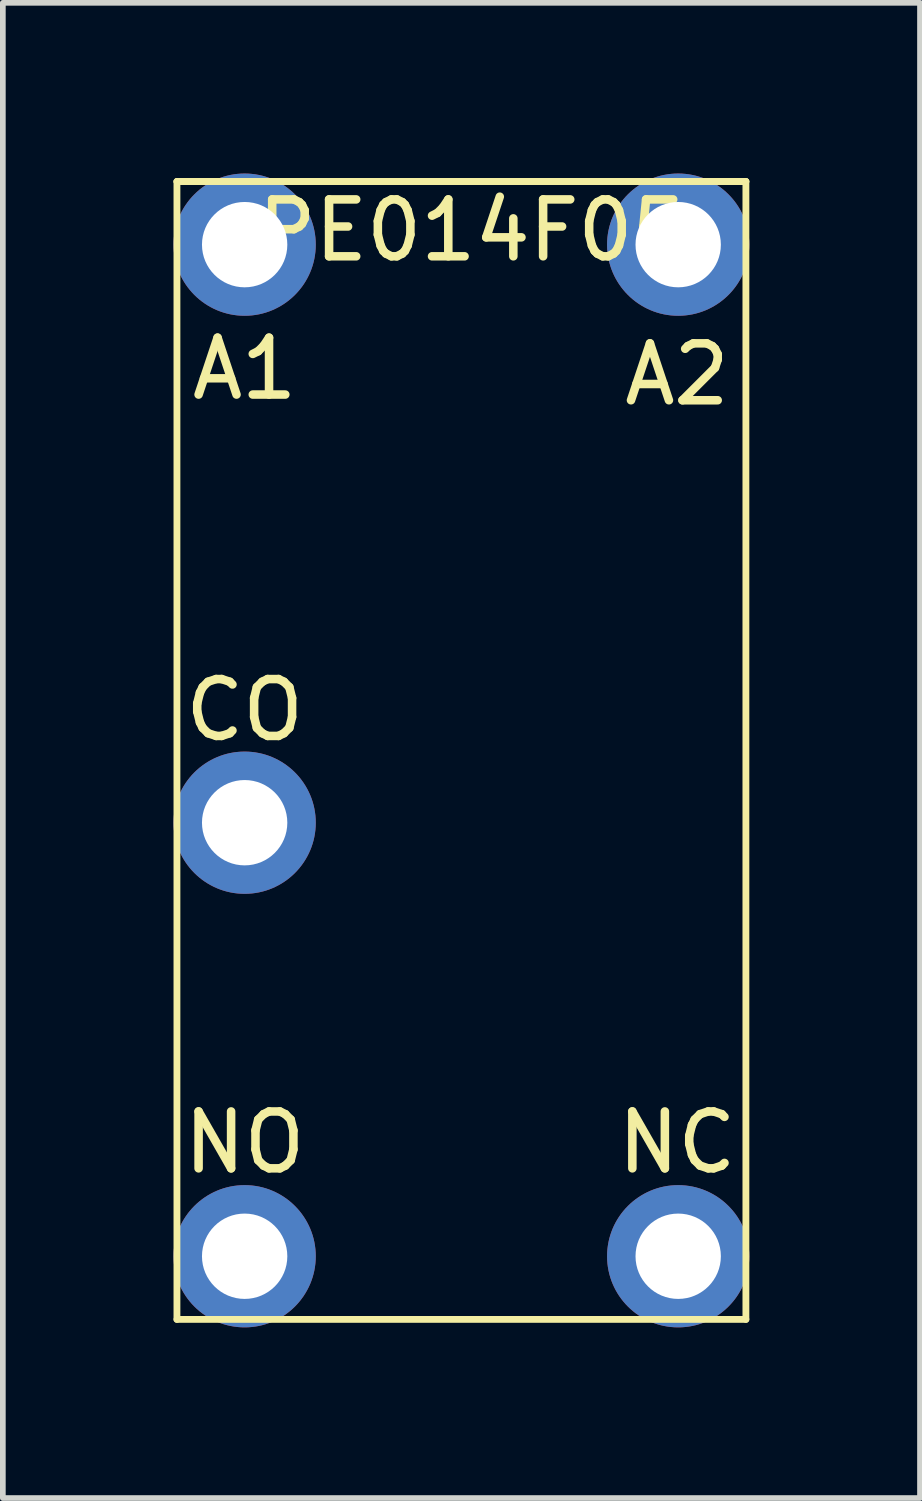
<source format=kicad_pcb>
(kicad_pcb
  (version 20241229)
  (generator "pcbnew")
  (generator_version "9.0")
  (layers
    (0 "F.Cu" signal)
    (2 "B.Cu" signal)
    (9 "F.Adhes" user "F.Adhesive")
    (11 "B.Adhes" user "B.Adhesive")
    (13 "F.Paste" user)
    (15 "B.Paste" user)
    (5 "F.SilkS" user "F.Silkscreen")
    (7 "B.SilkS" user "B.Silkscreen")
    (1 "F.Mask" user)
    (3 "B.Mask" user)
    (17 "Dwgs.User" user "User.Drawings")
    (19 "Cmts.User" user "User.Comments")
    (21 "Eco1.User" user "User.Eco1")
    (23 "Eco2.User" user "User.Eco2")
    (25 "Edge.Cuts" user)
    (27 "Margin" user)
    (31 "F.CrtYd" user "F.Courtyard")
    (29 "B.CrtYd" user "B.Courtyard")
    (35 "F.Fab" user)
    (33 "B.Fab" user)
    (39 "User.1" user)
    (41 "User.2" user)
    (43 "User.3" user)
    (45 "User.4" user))
  (footprint "PE014F05"
    (layer "F.Cu")
    (at 1.25 19.03)
    (property "Reference" "PE014F05" (at 4.008 -18.03 0) (layer "F.SilkS") (effects (font (size 1 1) (thickness 0.15))))
    (attr through_hole)
    (fp_line (start -1.19 -18.89) (end 8.81 -18.89) (stroke (width 0.12) (type solid)) (layer "F.SilkS"))
    (fp_line (start -1.19 1.11) (end -1.19 -18.89) (stroke (width 0.12) (type solid)) (layer "F.SilkS"))
    (fp_line (start 8.81 -18.89) (end -1.19 -18.89) (stroke (width 0.12) (type solid)) (layer "F.SilkS"))
    (fp_line (start 8.81 -18.89) (end 8.81 1.11) (stroke (width 0.12) (type solid)) (layer "F.SilkS"))
    (fp_line (start 8.81 1.11) (end -1.19 1.11) (stroke (width 0.12) (type solid)) (layer "F.SilkS"))
    (fp_text user "NO" (at 0 -2 0) (layer "F.SilkS") (effects (font (size 1 1) (thickness 0.15))))
    (fp_text user "A1" (at 0 -15.6 0) (layer "F.SilkS") (effects (font (size 1 1) (thickness 0.15))))
    (fp_text user "A2" (at 7.6 -15.5 0) (layer "F.SilkS") (effects (font (size 1 1) (thickness 0.15))))
    (fp_text user "CO" (at 0 -9.6 0) (layer "F.SilkS") (effects (font (size 1 1) (thickness 0.15))))
    (fp_text user "NC" (at 7.6 -2 0) (layer "F.SilkS") (effects (font (size 1 1) (thickness 0.15))))
    (pad "1" thru_hole circle (at 7.62 0) (size 2.5 2.5) (drill 1.5) (layers "*.Cu" "*.Mask"))
    (pad "2" thru_hole circle (at 7.62 -17.78) (size 2.5 2.5) (drill 1.5) (layers "*.Cu" "*.Mask"))
    (pad "6" thru_hole circle (at 0 -17.78) (size 2.5 2.5) (drill 1.5) (layers "*.Cu" "*.Mask"))
    (pad "7" thru_hole circle (at 0 -7.62) (size 2.5 2.5) (drill 1.5) (layers "*.Cu" "*.Mask"))
    (pad "14" thru_hole circle (at 0 0) (size 2.5 2.5) (drill 1.5) (layers "*.Cu" "*.Mask")))
  (gr_rect
    (start -3 -3)
    (end 13.12 23.28)
    (stroke (width 0.1) (type default))
    (fill no)
    (layer "Edge.Cuts")))
</source>
